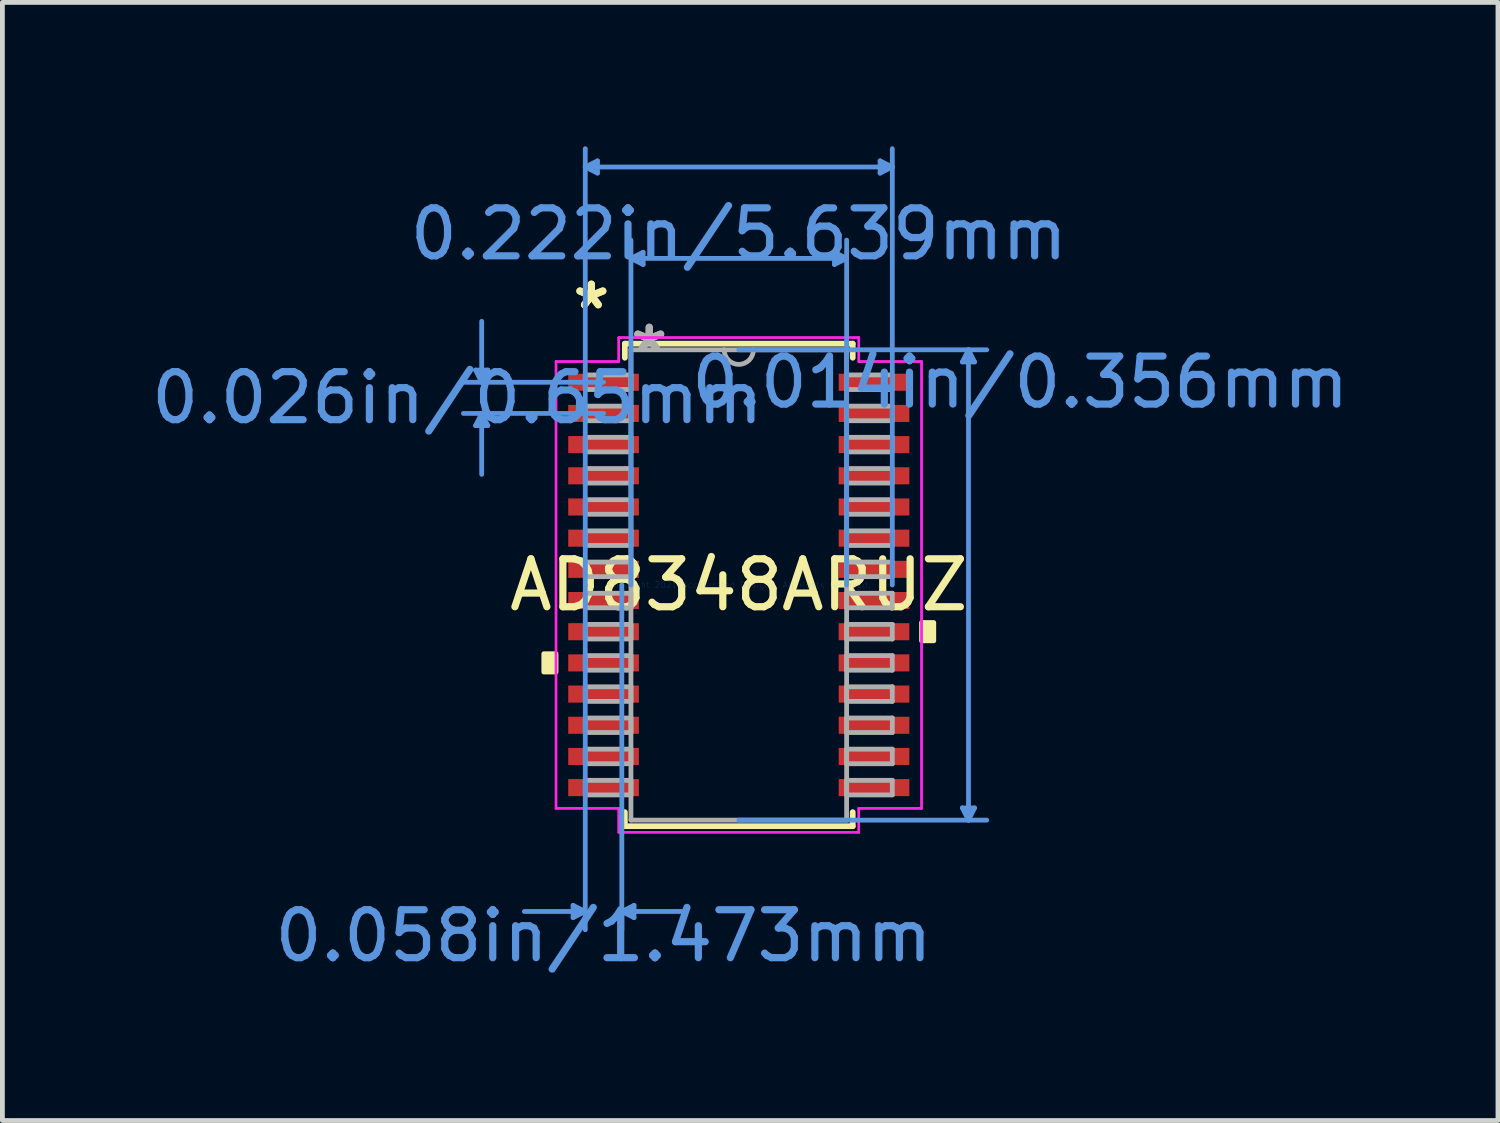
<source format=kicad_pcb>
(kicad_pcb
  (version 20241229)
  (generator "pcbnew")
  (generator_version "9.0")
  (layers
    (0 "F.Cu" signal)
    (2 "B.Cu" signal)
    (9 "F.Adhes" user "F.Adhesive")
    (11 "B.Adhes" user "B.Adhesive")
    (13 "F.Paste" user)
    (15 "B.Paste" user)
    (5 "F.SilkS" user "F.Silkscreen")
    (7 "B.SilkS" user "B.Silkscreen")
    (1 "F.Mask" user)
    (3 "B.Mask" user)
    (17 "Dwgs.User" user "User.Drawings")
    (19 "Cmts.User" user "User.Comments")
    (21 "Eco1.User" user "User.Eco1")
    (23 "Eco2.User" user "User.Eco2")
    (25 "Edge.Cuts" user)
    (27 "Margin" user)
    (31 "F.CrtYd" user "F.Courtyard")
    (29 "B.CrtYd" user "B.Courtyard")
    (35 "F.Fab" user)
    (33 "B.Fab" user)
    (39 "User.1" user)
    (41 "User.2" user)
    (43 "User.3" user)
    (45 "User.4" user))
  (footprint "AD8348ARUZ"
    (layer "F.Cu")
    (at 12.35 9.143)
    (property "Reference" "AD8348ARUZ" (at 0 0 0) (layer "F.SilkS") (effects (font (size 1 1) (thickness 0.15))))
    (attr through_hole)
    (fp_line (start -2.375 -5.029) (end -2.375 -4.736) (stroke (width 0.12) (type solid)) (layer "F.SilkS"))
    (fp_line (start -2.375 4.736) (end -2.375 5.029) (stroke (width 0.12) (type solid)) (layer "F.SilkS"))
    (fp_line (start -2.375 5.029) (end 2.375 5.029) (stroke (width 0.12) (type solid)) (layer "F.SilkS"))
    (fp_line (start 2.375 -5.029) (end -2.375 -5.029) (stroke (width 0.12) (type solid)) (layer "F.SilkS"))
    (fp_line (start 2.375 -4.736) (end 2.375 -5.029) (stroke (width 0.12) (type solid)) (layer "F.SilkS"))
    (fp_line (start 2.375 5.029) (end 2.375 4.736) (stroke (width 0.12) (type solid)) (layer "F.SilkS"))
    (fp_poly (pts (xy -4.064 1.434) (xy -4.064 1.815) (xy -3.81 1.815) (xy -3.81 1.434)) (stroke (width 0.1) (type solid)) (fill yes) (layer "F.SilkS"))
    (fp_poly (pts (xy 4.064 0.784) (xy 4.064 1.165) (xy 3.81 1.165) (xy 3.81 0.784)) (stroke (width 0.1) (type solid)) (fill yes) (layer "F.SilkS"))
    (fp_line (start -5.486 -4.479) (end -5.232 -4.479) (stroke (width 0.1) (type solid)) (layer "Cmts.User"))
    (fp_line (start -5.486 -3.321) (end -5.232 -3.321) (stroke (width 0.1) (type solid)) (layer "Cmts.User"))
    (fp_line (start -5.359 -4.225) (end -5.486 -4.479) (stroke (width 0.1) (type solid)) (layer "Cmts.User"))
    (fp_line (start -5.359 -4.225) (end -5.359 -5.495) (stroke (width 0.1) (type solid)) (layer "Cmts.User"))
    (fp_line (start -5.359 -4.225) (end -5.232 -4.479) (stroke (width 0.1) (type solid)) (layer "Cmts.User"))
    (fp_line (start -5.359 -3.575) (end -5.486 -3.321) (stroke (width 0.1) (type solid)) (layer "Cmts.User"))
    (fp_line (start -5.359 -3.575) (end -5.359 -2.305) (stroke (width 0.1) (type solid)) (layer "Cmts.User"))
    (fp_line (start -5.359 -3.575) (end -5.232 -3.321) (stroke (width 0.1) (type solid)) (layer "Cmts.User"))
    (fp_line (start -3.454 6.68) (end -3.454 6.934) (stroke (width 0.1) (type solid)) (layer "Cmts.User"))
    (fp_line (start -3.2 -8.712) (end -2.946 -8.839) (stroke (width 0.1) (type solid)) (layer "Cmts.User"))
    (fp_line (start -3.2 -8.712) (end -2.946 -8.585) (stroke (width 0.1) (type solid)) (layer "Cmts.User"))
    (fp_line (start -3.2 -8.712) (end 3.2 -8.712) (stroke (width 0.1) (type solid)) (layer "Cmts.User"))
    (fp_line (start -3.2 0) (end -3.2 -9.093) (stroke (width 0.1) (type solid)) (layer "Cmts.User"))
    (fp_line (start -3.2 0) (end -3.2 7.188) (stroke (width 0.1) (type solid)) (layer "Cmts.User"))
    (fp_line (start -3.2 6.807) (end -4.47 6.807) (stroke (width 0.1) (type solid)) (layer "Cmts.User"))
    (fp_line (start -3.2 6.807) (end -3.454 6.68) (stroke (width 0.1) (type solid)) (layer "Cmts.User"))
    (fp_line (start -3.2 6.807) (end -3.454 6.934) (stroke (width 0.1) (type solid)) (layer "Cmts.User"))
    (fp_line (start -2.946 -8.839) (end -2.946 -8.585) (stroke (width 0.1) (type solid)) (layer "Cmts.User"))
    (fp_line (start -2.819 -4.225) (end -5.74 -4.225) (stroke (width 0.1) (type solid)) (layer "Cmts.User"))
    (fp_line (start -2.819 -3.575) (end -5.74 -3.575) (stroke (width 0.1) (type solid)) (layer "Cmts.User"))
    (fp_line (start -2.438 0) (end -2.438 7.188) (stroke (width 0.1) (type solid)) (layer "Cmts.User"))
    (fp_line (start -2.438 6.807) (end -2.184 6.68) (stroke (width 0.1) (type solid)) (layer "Cmts.User"))
    (fp_line (start -2.438 6.807) (end -2.184 6.934) (stroke (width 0.1) (type solid)) (layer "Cmts.User"))
    (fp_line (start -2.438 6.807) (end -1.168 6.807) (stroke (width 0.1) (type solid)) (layer "Cmts.User"))
    (fp_line (start -2.248 -6.807) (end -1.994 -6.934) (stroke (width 0.1) (type solid)) (layer "Cmts.User"))
    (fp_line (start -2.248 -6.807) (end -1.994 -6.68) (stroke (width 0.1) (type solid)) (layer "Cmts.User"))
    (fp_line (start -2.248 -6.807) (end 2.248 -6.807) (stroke (width 0.1) (type solid)) (layer "Cmts.User"))
    (fp_line (start -2.248 0) (end -2.248 -7.188) (stroke (width 0.1) (type solid)) (layer "Cmts.User"))
    (fp_line (start -2.184 6.68) (end -2.184 6.934) (stroke (width 0.1) (type solid)) (layer "Cmts.User"))
    (fp_line (start -1.994 -6.934) (end -1.994 -6.68) (stroke (width 0.1) (type solid)) (layer "Cmts.User"))
    (fp_line (start 0 -4.902) (end 5.169 -4.902) (stroke (width 0.1) (type solid)) (layer "Cmts.User"))
    (fp_line (start 0 4.902) (end 5.169 4.902) (stroke (width 0.1) (type solid)) (layer "Cmts.User"))
    (fp_line (start 1.994 -6.934) (end 1.994 -6.68) (stroke (width 0.1) (type solid)) (layer "Cmts.User"))
    (fp_line (start 2.248 -6.807) (end 1.994 -6.934) (stroke (width 0.1) (type solid)) (layer "Cmts.User"))
    (fp_line (start 2.248 -6.807) (end 1.994 -6.68) (stroke (width 0.1) (type solid)) (layer "Cmts.User"))
    (fp_line (start 2.248 0) (end 2.248 -7.188) (stroke (width 0.1) (type solid)) (layer "Cmts.User"))
    (fp_line (start 2.946 -8.839) (end 2.946 -8.585) (stroke (width 0.1) (type solid)) (layer "Cmts.User"))
    (fp_line (start 3.2 -8.712) (end 2.946 -8.839) (stroke (width 0.1) (type solid)) (layer "Cmts.User"))
    (fp_line (start 3.2 -8.712) (end 2.946 -8.585) (stroke (width 0.1) (type solid)) (layer "Cmts.User"))
    (fp_line (start 3.2 0) (end 3.2 -9.093) (stroke (width 0.1) (type solid)) (layer "Cmts.User"))
    (fp_line (start 4.661 -4.648) (end 4.915 -4.648) (stroke (width 0.1) (type solid)) (layer "Cmts.User"))
    (fp_line (start 4.661 4.648) (end 4.915 4.648) (stroke (width 0.1) (type solid)) (layer "Cmts.User"))
    (fp_line (start 4.788 -4.902) (end 4.661 -4.648) (stroke (width 0.1) (type solid)) (layer "Cmts.User"))
    (fp_line (start 4.788 -4.902) (end 4.788 4.902) (stroke (width 0.1) (type solid)) (layer "Cmts.User"))
    (fp_line (start 4.788 -4.902) (end 4.915 -4.648) (stroke (width 0.1) (type solid)) (layer "Cmts.User"))
    (fp_line (start 4.788 4.902) (end 4.661 4.648) (stroke (width 0.1) (type solid)) (layer "Cmts.User"))
    (fp_line (start 4.788 4.902) (end 4.915 4.648) (stroke (width 0.1) (type solid)) (layer "Cmts.User"))
    (fp_line (start -3.81 -4.657) (end -2.502 -4.657) (stroke (width 0.05) (type solid)) (layer "F.CrtYd"))
    (fp_line (start -3.81 -4.657) (end -2.502 -4.657) (stroke (width 0.05) (type solid)) (layer "F.CrtYd"))
    (fp_line (start -3.81 4.657) (end -3.81 -4.657) (stroke (width 0.05) (type solid)) (layer "F.CrtYd"))
    (fp_line (start -3.81 4.657) (end -3.81 -4.657) (stroke (width 0.05) (type solid)) (layer "F.CrtYd"))
    (fp_line (start -3.81 4.657) (end -2.502 4.657) (stroke (width 0.05) (type solid)) (layer "F.CrtYd"))
    (fp_line (start -2.502 -5.156) (end 2.502 -5.156) (stroke (width 0.05) (type solid)) (layer "F.CrtYd"))
    (fp_line (start -2.502 -5.156) (end 2.502 -5.156) (stroke (width 0.05) (type solid)) (layer "F.CrtYd"))
    (fp_line (start -2.502 -4.657) (end -2.502 -5.156) (stroke (width 0.05) (type solid)) (layer "F.CrtYd"))
    (fp_line (start -2.502 -4.657) (end -2.502 -5.156) (stroke (width 0.05) (type solid)) (layer "F.CrtYd"))
    (fp_line (start -2.502 4.657) (end -3.81 4.657) (stroke (width 0.05) (type solid)) (layer "F.CrtYd"))
    (fp_line (start -2.502 5.156) (end -2.502 4.657) (stroke (width 0.05) (type solid)) (layer "F.CrtYd"))
    (fp_line (start -2.502 5.156) (end -2.502 4.657) (stroke (width 0.05) (type solid)) (layer "F.CrtYd"))
    (fp_line (start 2.502 -5.156) (end 2.502 -4.657) (stroke (width 0.05) (type solid)) (layer "F.CrtYd"))
    (fp_line (start 2.502 -5.156) (end 2.502 -4.657) (stroke (width 0.05) (type solid)) (layer "F.CrtYd"))
    (fp_line (start 2.502 -4.657) (end 3.81 -4.657) (stroke (width 0.05) (type solid)) (layer "F.CrtYd"))
    (fp_line (start 2.502 4.657) (end 2.502 5.156) (stroke (width 0.05) (type solid)) (layer "F.CrtYd"))
    (fp_line (start 2.502 4.657) (end 2.502 5.156) (stroke (width 0.05) (type solid)) (layer "F.CrtYd"))
    (fp_line (start 2.502 5.156) (end -2.502 5.156) (stroke (width 0.05) (type solid)) (layer "F.CrtYd"))
    (fp_line (start 2.502 5.156) (end -2.502 5.156) (stroke (width 0.05) (type solid)) (layer "F.CrtYd"))
    (fp_line (start 3.81 -4.657) (end 2.502 -4.657) (stroke (width 0.05) (type solid)) (layer "F.CrtYd"))
    (fp_line (start 3.81 -4.657) (end 3.81 4.657) (stroke (width 0.05) (type solid)) (layer "F.CrtYd"))
    (fp_line (start 3.81 -4.657) (end 3.81 4.657) (stroke (width 0.05) (type solid)) (layer "F.CrtYd"))
    (fp_line (start 3.81 4.657) (end 2.502 4.657) (stroke (width 0.05) (type solid)) (layer "F.CrtYd"))
    (fp_line (start 3.81 4.657) (end 2.502 4.657) (stroke (width 0.05) (type solid)) (layer "F.CrtYd"))
    (fp_line (start -3.2 -4.377) (end -3.2 -4.073) (stroke (width 0.1) (type solid)) (layer "F.Fab"))
    (fp_line (start -3.2 -4.073) (end -2.248 -4.073) (stroke (width 0.1) (type solid)) (layer "F.Fab"))
    (fp_line (start -3.2 -3.727) (end -3.2 -3.423) (stroke (width 0.1) (type solid)) (layer "F.Fab"))
    (fp_line (start -3.2 -3.423) (end -2.248 -3.423) (stroke (width 0.1) (type solid)) (layer "F.Fab"))
    (fp_line (start -3.2 -3.077) (end -3.2 -2.773) (stroke (width 0.1) (type solid)) (layer "F.Fab"))
    (fp_line (start -3.2 -2.773) (end -2.248 -2.773) (stroke (width 0.1) (type solid)) (layer "F.Fab"))
    (fp_line (start -3.2 -2.427) (end -3.2 -2.123) (stroke (width 0.1) (type solid)) (layer "F.Fab"))
    (fp_line (start -3.2 -2.123) (end -2.248 -2.123) (stroke (width 0.1) (type solid)) (layer "F.Fab"))
    (fp_line (start -3.2 -1.777) (end -3.2 -1.473) (stroke (width 0.1) (type solid)) (layer "F.Fab"))
    (fp_line (start -3.2 -1.473) (end -2.248 -1.473) (stroke (width 0.1) (type solid)) (layer "F.Fab"))
    (fp_line (start -3.2 -1.127) (end -3.2 -0.823) (stroke (width 0.1) (type solid)) (layer "F.Fab"))
    (fp_line (start -3.2 -0.823) (end -2.248 -0.823) (stroke (width 0.1) (type solid)) (layer "F.Fab"))
    (fp_line (start -3.2 -0.477) (end -3.2 -0.173) (stroke (width 0.1) (type solid)) (layer "F.Fab"))
    (fp_line (start -3.2 -0.173) (end -2.248 -0.173) (stroke (width 0.1) (type solid)) (layer "F.Fab"))
    (fp_line (start -3.2 0.173) (end -3.2 0.477) (stroke (width 0.1) (type solid)) (layer "F.Fab"))
    (fp_line (start -3.2 0.477) (end -2.248 0.477) (stroke (width 0.1) (type solid)) (layer "F.Fab"))
    (fp_line (start -3.2 0.823) (end -3.2 1.127) (stroke (width 0.1) (type solid)) (layer "F.Fab"))
    (fp_line (start -3.2 1.127) (end -2.248 1.127) (stroke (width 0.1) (type solid)) (layer "F.Fab"))
    (fp_line (start -3.2 1.473) (end -3.2 1.777) (stroke (width 0.1) (type solid)) (layer "F.Fab"))
    (fp_line (start -3.2 1.777) (end -2.248 1.777) (stroke (width 0.1) (type solid)) (layer "F.Fab"))
    (fp_line (start -3.2 2.123) (end -3.2 2.427) (stroke (width 0.1) (type solid)) (layer "F.Fab"))
    (fp_line (start -3.2 2.427) (end -2.248 2.427) (stroke (width 0.1) (type solid)) (layer "F.Fab"))
    (fp_line (start -3.2 2.773) (end -3.2 3.077) (stroke (width 0.1) (type solid)) (layer "F.Fab"))
    (fp_line (start -3.2 3.077) (end -2.248 3.077) (stroke (width 0.1) (type solid)) (layer "F.Fab"))
    (fp_line (start -3.2 3.423) (end -3.2 3.727) (stroke (width 0.1) (type solid)) (layer "F.Fab"))
    (fp_line (start -3.2 3.727) (end -2.248 3.727) (stroke (width 0.1) (type solid)) (layer "F.Fab"))
    (fp_line (start -3.2 4.073) (end -3.2 4.377) (stroke (width 0.1) (type solid)) (layer "F.Fab"))
    (fp_line (start -3.2 4.377) (end -2.248 4.377) (stroke (width 0.1) (type solid)) (layer "F.Fab"))
    (fp_line (start -2.248 -4.902) (end -2.248 4.902) (stroke (width 0.1) (type solid)) (layer "F.Fab"))
    (fp_line (start -2.248 -4.377) (end -3.2 -4.377) (stroke (width 0.1) (type solid)) (layer "F.Fab"))
    (fp_line (start -2.248 -4.073) (end -2.248 -4.377) (stroke (width 0.1) (type solid)) (layer "F.Fab"))
    (fp_line (start -2.248 -3.727) (end -3.2 -3.727) (stroke (width 0.1) (type solid)) (layer "F.Fab"))
    (fp_line (start -2.248 -3.423) (end -2.248 -3.727) (stroke (width 0.1) (type solid)) (layer "F.Fab"))
    (fp_line (start -2.248 -3.077) (end -3.2 -3.077) (stroke (width 0.1) (type solid)) (layer "F.Fab"))
    (fp_line (start -2.248 -2.773) (end -2.248 -3.077) (stroke (width 0.1) (type solid)) (layer "F.Fab"))
    (fp_line (start -2.248 -2.427) (end -3.2 -2.427) (stroke (width 0.1) (type solid)) (layer "F.Fab"))
    (fp_line (start -2.248 -2.123) (end -2.248 -2.427) (stroke (width 0.1) (type solid)) (layer "F.Fab"))
    (fp_line (start -2.248 -1.777) (end -3.2 -1.777) (stroke (width 0.1) (type solid)) (layer "F.Fab"))
    (fp_line (start -2.248 -1.473) (end -2.248 -1.777) (stroke (width 0.1) (type solid)) (layer "F.Fab"))
    (fp_line (start -2.248 -1.127) (end -3.2 -1.127) (stroke (width 0.1) (type solid)) (layer "F.Fab"))
    (fp_line (start -2.248 -0.823) (end -2.248 -1.127) (stroke (width 0.1) (type solid)) (layer "F.Fab"))
    (fp_line (start -2.248 -0.477) (end -3.2 -0.477) (stroke (width 0.1) (type solid)) (layer "F.Fab"))
    (fp_line (start -2.248 -0.173) (end -2.248 -0.477) (stroke (width 0.1) (type solid)) (layer "F.Fab"))
    (fp_line (start -2.248 0.173) (end -3.2 0.173) (stroke (width 0.1) (type solid)) (layer "F.Fab"))
    (fp_line (start -2.248 0.477) (end -2.248 0.173) (stroke (width 0.1) (type solid)) (layer "F.Fab"))
    (fp_line (start -2.248 0.823) (end -3.2 0.823) (stroke (width 0.1) (type solid)) (layer "F.Fab"))
    (fp_line (start -2.248 1.127) (end -2.248 0.823) (stroke (width 0.1) (type solid)) (layer "F.Fab"))
    (fp_line (start -2.248 1.473) (end -3.2 1.473) (stroke (width 0.1) (type solid)) (layer "F.Fab"))
    (fp_line (start -2.248 1.777) (end -2.248 1.473) (stroke (width 0.1) (type solid)) (layer "F.Fab"))
    (fp_line (start -2.248 2.123) (end -3.2 2.123) (stroke (width 0.1) (type solid)) (layer "F.Fab"))
    (fp_line (start -2.248 2.427) (end -2.248 2.123) (stroke (width 0.1) (type solid)) (layer "F.Fab"))
    (fp_line (start -2.248 2.773) (end -3.2 2.773) (stroke (width 0.1) (type solid)) (layer "F.Fab"))
    (fp_line (start -2.248 3.077) (end -2.248 2.773) (stroke (width 0.1) (type solid)) (layer "F.Fab"))
    (fp_line (start -2.248 3.423) (end -3.2 3.423) (stroke (width 0.1) (type solid)) (layer "F.Fab"))
    (fp_line (start -2.248 3.727) (end -2.248 3.423) (stroke (width 0.1) (type solid)) (layer "F.Fab"))
    (fp_line (start -2.248 4.073) (end -3.2 4.073) (stroke (width 0.1) (type solid)) (layer "F.Fab"))
    (fp_line (start -2.248 4.377) (end -2.248 4.073) (stroke (width 0.1) (type solid)) (layer "F.Fab"))
    (fp_line (start -2.248 4.902) (end 2.248 4.902) (stroke (width 0.1) (type solid)) (layer "F.Fab"))
    (fp_line (start 2.248 -4.902) (end -2.248 -4.902) (stroke (width 0.1) (type solid)) (layer "F.Fab"))
    (fp_line (start 2.248 -4.377) (end 2.248 -4.073) (stroke (width 0.1) (type solid)) (layer "F.Fab"))
    (fp_line (start 2.248 -4.073) (end 3.2 -4.073) (stroke (width 0.1) (type solid)) (layer "F.Fab"))
    (fp_line (start 2.248 -3.727) (end 2.248 -3.423) (stroke (width 0.1) (type solid)) (layer "F.Fab"))
    (fp_line (start 2.248 -3.423) (end 3.2 -3.423) (stroke (width 0.1) (type solid)) (layer "F.Fab"))
    (fp_line (start 2.248 -3.077) (end 2.248 -2.773) (stroke (width 0.1) (type solid)) (layer "F.Fab"))
    (fp_line (start 2.248 -2.773) (end 3.2 -2.773) (stroke (width 0.1) (type solid)) (layer "F.Fab"))
    (fp_line (start 2.248 -2.427) (end 2.248 -2.123) (stroke (width 0.1) (type solid)) (layer "F.Fab"))
    (fp_line (start 2.248 -2.123) (end 3.2 -2.123) (stroke (width 0.1) (type solid)) (layer "F.Fab"))
    (fp_line (start 2.248 -1.777) (end 2.248 -1.473) (stroke (width 0.1) (type solid)) (layer "F.Fab"))
    (fp_line (start 2.248 -1.473) (end 3.2 -1.473) (stroke (width 0.1) (type solid)) (layer "F.Fab"))
    (fp_line (start 2.248 -1.127) (end 2.248 -0.823) (stroke (width 0.1) (type solid)) (layer "F.Fab"))
    (fp_line (start 2.248 -0.823) (end 3.2 -0.823) (stroke (width 0.1) (type solid)) (layer "F.Fab"))
    (fp_line (start 2.248 -0.477) (end 2.248 -0.173) (stroke (width 0.1) (type solid)) (layer "F.Fab"))
    (fp_line (start 2.248 -0.173) (end 3.2 -0.173) (stroke (width 0.1) (type solid)) (layer "F.Fab"))
    (fp_line (start 2.248 0.173) (end 2.248 0.477) (stroke (width 0.1) (type solid)) (layer "F.Fab"))
    (fp_line (start 2.248 0.477) (end 3.2 0.477) (stroke (width 0.1) (type solid)) (layer "F.Fab"))
    (fp_line (start 2.248 0.823) (end 2.248 1.127) (stroke (width 0.1) (type solid)) (layer "F.Fab"))
    (fp_line (start 2.248 1.127) (end 3.2 1.127) (stroke (width 0.1) (type solid)) (layer "F.Fab"))
    (fp_line (start 2.248 1.473) (end 2.248 1.777) (stroke (width 0.1) (type solid)) (layer "F.Fab"))
    (fp_line (start 2.248 1.777) (end 3.2 1.777) (stroke (width 0.1) (type solid)) (layer "F.Fab"))
    (fp_line (start 2.248 2.123) (end 2.248 2.427) (stroke (width 0.1) (type solid)) (layer "F.Fab"))
    (fp_line (start 2.248 2.427) (end 3.2 2.427) (stroke (width 0.1) (type solid)) (layer "F.Fab"))
    (fp_line (start 2.248 2.773) (end 2.248 3.077) (stroke (width 0.1) (type solid)) (layer "F.Fab"))
    (fp_line (start 2.248 3.077) (end 3.2 3.077) (stroke (width 0.1) (type solid)) (layer "F.Fab"))
    (fp_line (start 2.248 3.423) (end 2.248 3.727) (stroke (width 0.1) (type solid)) (layer "F.Fab"))
    (fp_line (start 2.248 3.727) (end 3.2 3.727) (stroke (width 0.1) (type solid)) (layer "F.Fab"))
    (fp_line (start 2.248 4.073) (end 2.248 4.377) (stroke (width 0.1) (type solid)) (layer "F.Fab"))
    (fp_line (start 2.248 4.377) (end 3.2 4.377) (stroke (width 0.1) (type solid)) (layer "F.Fab"))
    (fp_line (start 2.248 4.902) (end 2.248 -4.902) (stroke (width 0.1) (type solid)) (layer "F.Fab"))
    (fp_line (start 3.2 -4.377) (end 2.248 -4.377) (stroke (width 0.1) (type solid)) (layer "F.Fab"))
    (fp_line (start 3.2 -4.073) (end 3.2 -4.377) (stroke (width 0.1) (type solid)) (layer "F.Fab"))
    (fp_line (start 3.2 -3.727) (end 2.248 -3.727) (stroke (width 0.1) (type solid)) (layer "F.Fab"))
    (fp_line (start 3.2 -3.423) (end 3.2 -3.727) (stroke (width 0.1) (type solid)) (layer "F.Fab"))
    (fp_line (start 3.2 -3.077) (end 2.248 -3.077) (stroke (width 0.1) (type solid)) (layer "F.Fab"))
    (fp_line (start 3.2 -2.773) (end 3.2 -3.077) (stroke (width 0.1) (type solid)) (layer "F.Fab"))
    (fp_line (start 3.2 -2.427) (end 2.248 -2.427) (stroke (width 0.1) (type solid)) (layer "F.Fab"))
    (fp_line (start 3.2 -2.123) (end 3.2 -2.427) (stroke (width 0.1) (type solid)) (layer "F.Fab"))
    (fp_line (start 3.2 -1.777) (end 2.248 -1.777) (stroke (width 0.1) (type solid)) (layer "F.Fab"))
    (fp_line (start 3.2 -1.473) (end 3.2 -1.777) (stroke (width 0.1) (type solid)) (layer "F.Fab"))
    (fp_line (start 3.2 -1.127) (end 2.248 -1.127) (stroke (width 0.1) (type solid)) (layer "F.Fab"))
    (fp_line (start 3.2 -0.823) (end 3.2 -1.127) (stroke (width 0.1) (type solid)) (layer "F.Fab"))
    (fp_line (start 3.2 -0.477) (end 2.248 -0.477) (stroke (width 0.1) (type solid)) (layer "F.Fab"))
    (fp_line (start 3.2 -0.173) (end 3.2 -0.477) (stroke (width 0.1) (type solid)) (layer "F.Fab"))
    (fp_line (start 3.2 0.173) (end 2.248 0.173) (stroke (width 0.1) (type solid)) (layer "F.Fab"))
    (fp_line (start 3.2 0.477) (end 3.2 0.173) (stroke (width 0.1) (type solid)) (layer "F.Fab"))
    (fp_line (start 3.2 0.823) (end 2.248 0.823) (stroke (width 0.1) (type solid)) (layer "F.Fab"))
    (fp_line (start 3.2 1.127) (end 3.2 0.823) (stroke (width 0.1) (type solid)) (layer "F.Fab"))
    (fp_line (start 3.2 1.473) (end 2.248 1.473) (stroke (width 0.1) (type solid)) (layer "F.Fab"))
    (fp_line (start 3.2 1.777) (end 3.2 1.473) (stroke (width 0.1) (type solid)) (layer "F.Fab"))
    (fp_line (start 3.2 2.123) (end 2.248 2.123) (stroke (width 0.1) (type solid)) (layer "F.Fab"))
    (fp_line (start 3.2 2.427) (end 3.2 2.123) (stroke (width 0.1) (type solid)) (layer "F.Fab"))
    (fp_line (start 3.2 2.773) (end 2.248 2.773) (stroke (width 0.1) (type solid)) (layer "F.Fab"))
    (fp_line (start 3.2 3.077) (end 3.2 2.773) (stroke (width 0.1) (type solid)) (layer "F.Fab"))
    (fp_line (start 3.2 3.423) (end 2.248 3.423) (stroke (width 0.1) (type solid)) (layer "F.Fab"))
    (fp_line (start 3.2 3.727) (end 3.2 3.423) (stroke (width 0.1) (type solid)) (layer "F.Fab"))
    (fp_line (start 3.2 4.073) (end 2.248 4.073) (stroke (width 0.1) (type solid)) (layer "F.Fab"))
    (fp_line (start 3.2 4.377) (end 3.2 4.073) (stroke (width 0.1) (type solid)) (layer "F.Fab"))
    (fp_arc (start 0.3048 -4.9022) (mid 0 -4.5974) (end -0.3048 -4.9022) (stroke (width 0.1) (type solid)) (layer "F.Fab"))
    (fp_text user "*" (at -3.073 -5.724 0) (layer "F.SilkS") (effects (font (size 1 1) (thickness 0.15))))
    (fp_text user "*" (at -3.073 -5.724 0) (layer "F.SilkS") (effects (font (size 1 1) (thickness 0.15))))
    (fp_text user "0.058in/1.473mm" (at -2.819 7.315 0) (layer "Cmts.User") (effects (font (size 1 1) (thickness 0.15))))
    (fp_text user "Copyright 2021 Accelerated Designs. All rights reserved." (at 0 0 0) (layer "Cmts.User") (effects (font (size 0.127 0.127) (thickness 0.002))))
    (fp_text user "0.222in/5.639mm" (at 0 -7.315 0) (layer "Cmts.User") (effects (font (size 1 1) (thickness 0.15))))
    (fp_text user "0.026in/0.65mm" (at -5.867 -3.9 0) (layer "Cmts.User") (effects (font (size 1 1) (thickness 0.15))))
    (fp_text user "0.014in/0.356mm" (at 5.867 -4.225 0) (layer "Cmts.User") (effects (font (size 1 1) (thickness 0.15))))
    (fp_text user "*" (at -1.867 -4.826 0) (layer "F.Fab") (effects (font (size 1 1) (thickness 0.15))))
    (fp_text user "*" (at -1.867 -4.826 0) (layer "F.Fab") (effects (font (size 1 1) (thickness 0.15))))
    (pad "1" smd rect (at -2.819 -4.225) (size 1.473 0.356) (layers "F.Cu" "F.Mask" "F.Paste"))
    (pad "2" smd rect (at -2.819 -3.575) (size 1.473 0.356) (layers "F.Cu" "F.Mask" "F.Paste"))
    (pad "3" smd rect (at -2.819 -2.925) (size 1.473 0.356) (layers "F.Cu" "F.Mask" "F.Paste"))
    (pad "4" smd rect (at -2.819 -2.275) (size 1.473 0.356) (layers "F.Cu" "F.Mask" "F.Paste"))
    (pad "5" smd rect (at -2.819 -1.625) (size 1.473 0.356) (layers "F.Cu" "F.Mask" "F.Paste"))
    (pad "6" smd rect (at -2.819 -0.975) (size 1.473 0.356) (layers "F.Cu" "F.Mask" "F.Paste"))
    (pad "7" smd rect (at -2.819 -0.325) (size 1.473 0.356) (layers "F.Cu" "F.Mask" "F.Paste"))
    (pad "8" smd rect (at -2.819 0.325) (size 1.473 0.356) (layers "F.Cu" "F.Mask" "F.Paste"))
    (pad "9" smd rect (at -2.819 0.975) (size 1.473 0.356) (layers "F.Cu" "F.Mask" "F.Paste"))
    (pad "10" smd rect (at -2.819 1.625) (size 1.473 0.356) (layers "F.Cu" "F.Mask" "F.Paste"))
    (pad "11" smd rect (at -2.819 2.275) (size 1.473 0.356) (layers "F.Cu" "F.Mask" "F.Paste"))
    (pad "12" smd rect (at -2.819 2.925) (size 1.473 0.356) (layers "F.Cu" "F.Mask" "F.Paste"))
    (pad "13" smd rect (at -2.819 3.575) (size 1.473 0.356) (layers "F.Cu" "F.Mask" "F.Paste"))
    (pad "14" smd rect (at -2.819 4.225) (size 1.473 0.356) (layers "F.Cu" "F.Mask" "F.Paste"))
    (pad "15" smd rect (at 2.819 4.225) (size 1.473 0.356) (layers "F.Cu" "F.Mask" "F.Paste"))
    (pad "16" smd rect (at 2.819 3.575) (size 1.473 0.356) (layers "F.Cu" "F.Mask" "F.Paste"))
    (pad "17" smd rect (at 2.819 2.925) (size 1.473 0.356) (layers "F.Cu" "F.Mask" "F.Paste"))
    (pad "18" smd rect (at 2.819 2.275) (size 1.473 0.356) (layers "F.Cu" "F.Mask" "F.Paste"))
    (pad "19" smd rect (at 2.819 1.625) (size 1.473 0.356) (layers "F.Cu" "F.Mask" "F.Paste"))
    (pad "20" smd rect (at 2.819 0.975) (size 1.473 0.356) (layers "F.Cu" "F.Mask" "F.Paste"))
    (pad "21" smd rect (at 2.819 0.325) (size 1.473 0.356) (layers "F.Cu" "F.Mask" "F.Paste"))
    (pad "22" smd rect (at 2.819 -0.325) (size 1.473 0.356) (layers "F.Cu" "F.Mask" "F.Paste"))
    (pad "23" smd rect (at 2.819 -0.975) (size 1.473 0.356) (layers "F.Cu" "F.Mask" "F.Paste"))
    (pad "24" smd rect (at 2.819 -1.625) (size 1.473 0.356) (layers "F.Cu" "F.Mask" "F.Paste"))
    (pad "25" smd rect (at 2.819 -2.275) (size 1.473 0.356) (layers "F.Cu" "F.Mask" "F.Paste"))
    (pad "26" smd rect (at 2.819 -2.925) (size 1.473 0.356) (layers "F.Cu" "F.Mask" "F.Paste"))
    (pad "27" smd rect (at 2.819 -3.575) (size 1.473 0.356) (layers "F.Cu" "F.Mask" "F.Paste"))
    (pad "28" smd rect (at 2.819 -4.225) (size 1.473 0.356) (layers "F.Cu" "F.Mask" "F.Paste")))
  (gr_rect
    (start -3 -3)
    (end 28.175 20.307)
    (stroke (width 0.1) (type default))
    (fill no)
    (layer "Edge.Cuts")))
</source>
